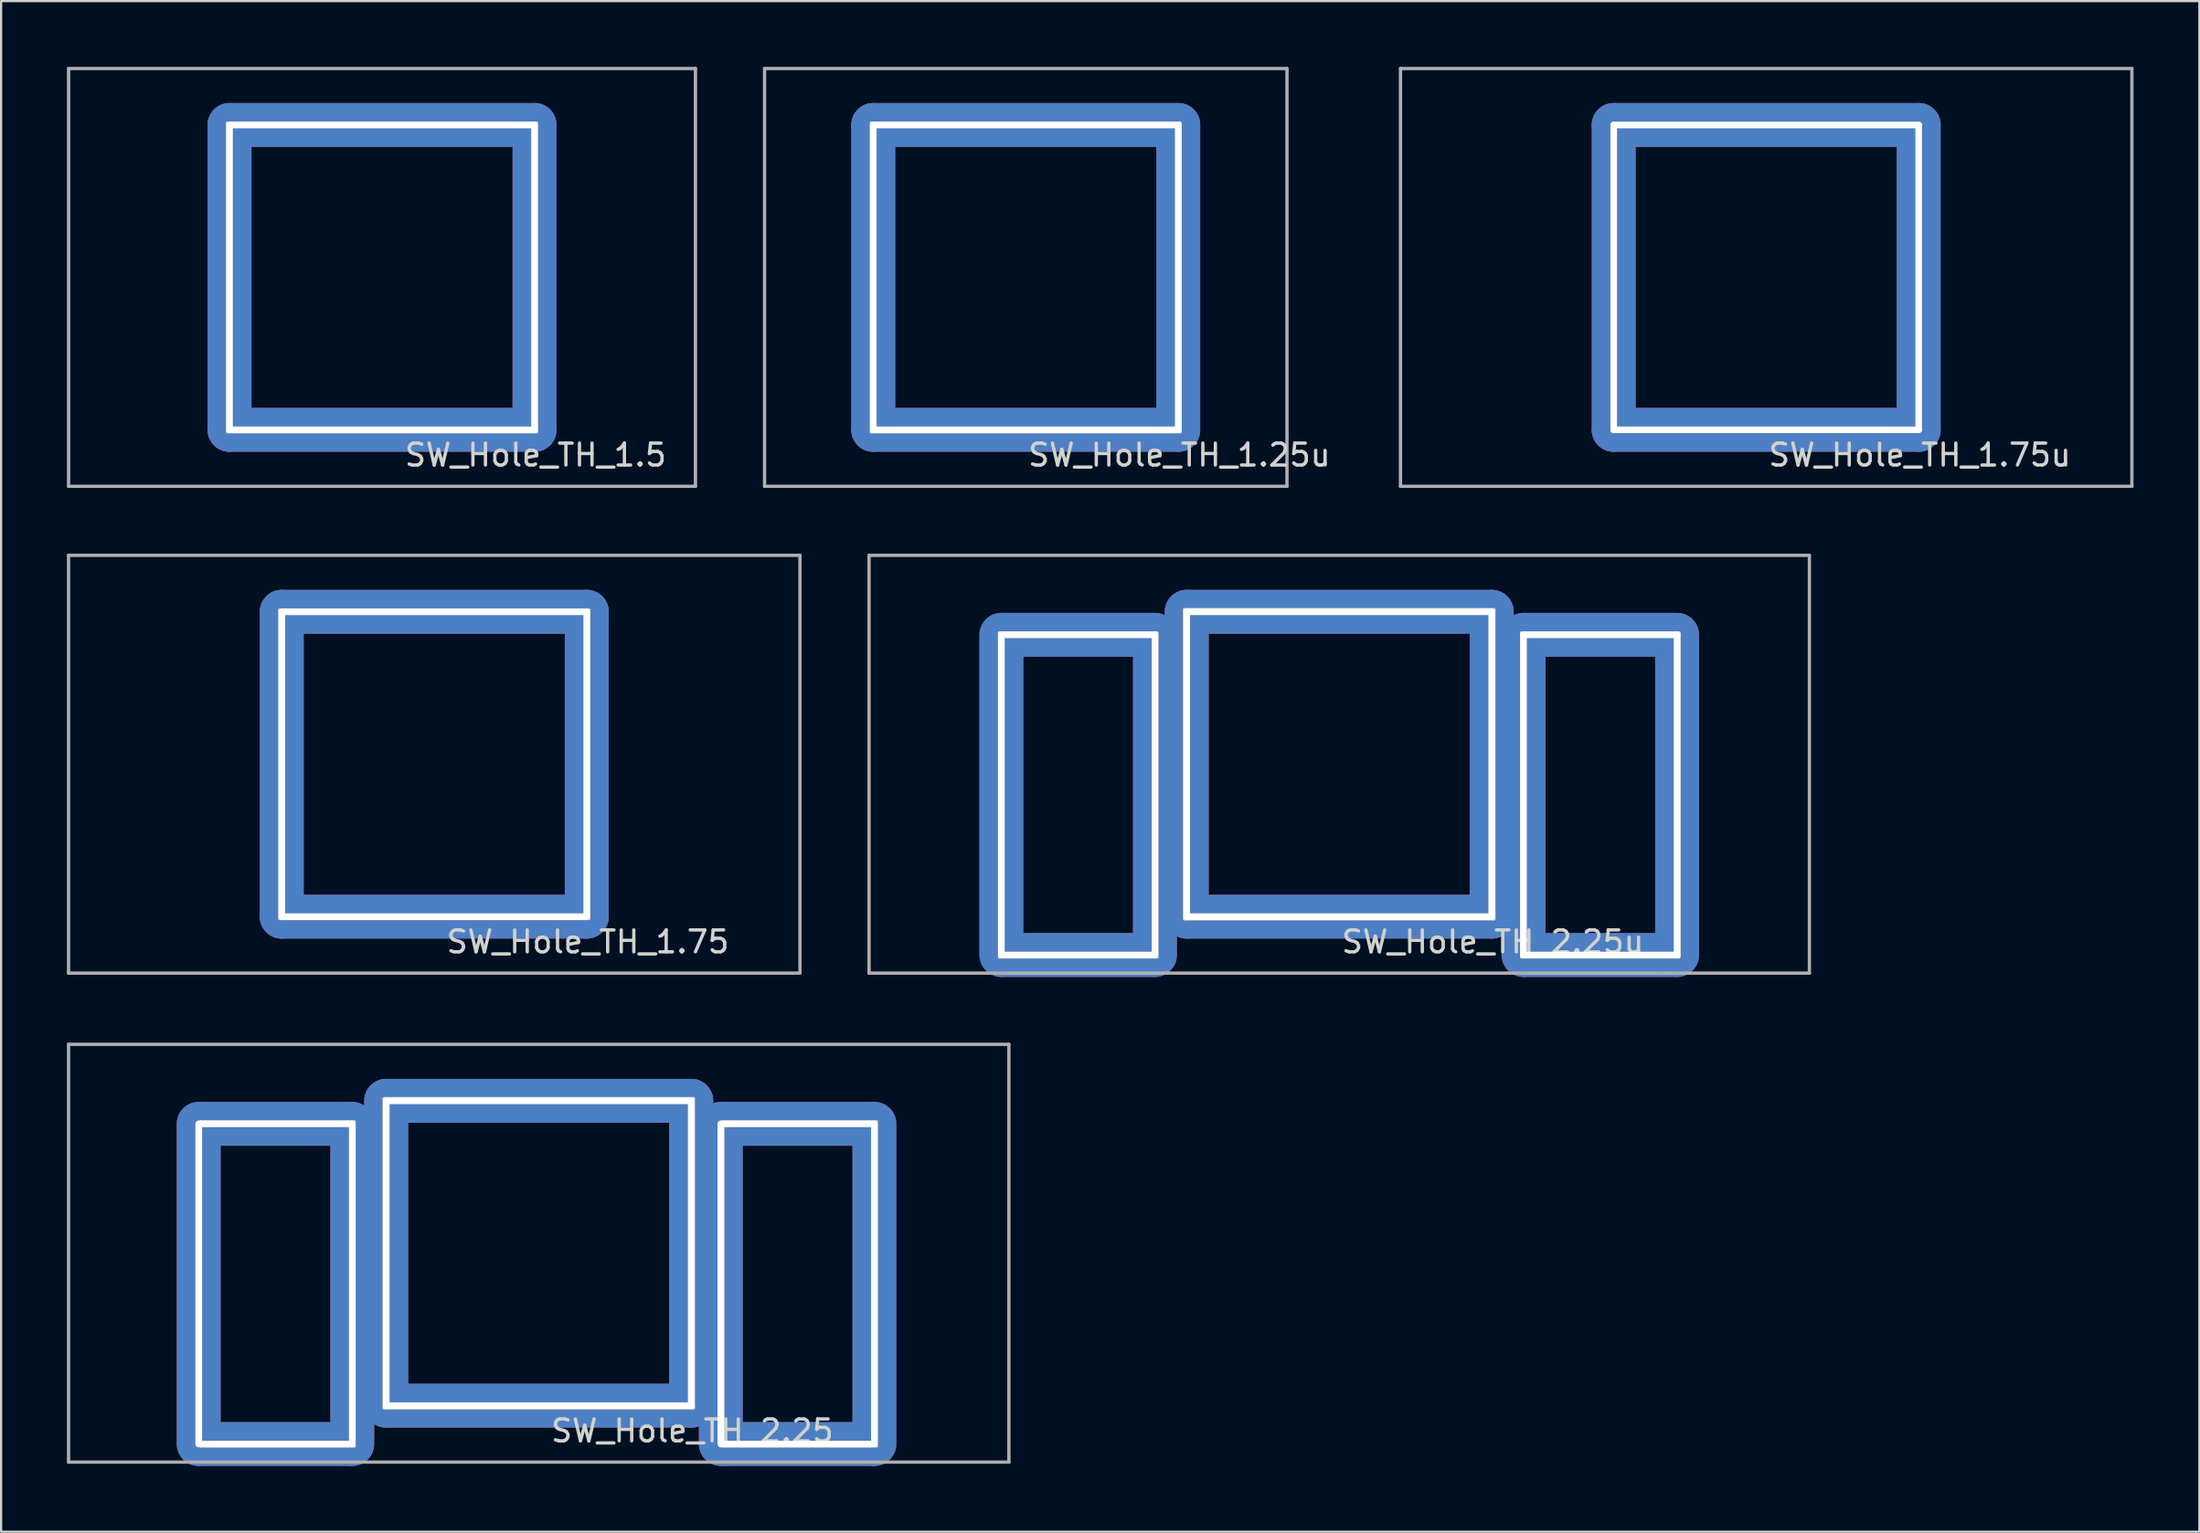
<source format=kicad_pcb>
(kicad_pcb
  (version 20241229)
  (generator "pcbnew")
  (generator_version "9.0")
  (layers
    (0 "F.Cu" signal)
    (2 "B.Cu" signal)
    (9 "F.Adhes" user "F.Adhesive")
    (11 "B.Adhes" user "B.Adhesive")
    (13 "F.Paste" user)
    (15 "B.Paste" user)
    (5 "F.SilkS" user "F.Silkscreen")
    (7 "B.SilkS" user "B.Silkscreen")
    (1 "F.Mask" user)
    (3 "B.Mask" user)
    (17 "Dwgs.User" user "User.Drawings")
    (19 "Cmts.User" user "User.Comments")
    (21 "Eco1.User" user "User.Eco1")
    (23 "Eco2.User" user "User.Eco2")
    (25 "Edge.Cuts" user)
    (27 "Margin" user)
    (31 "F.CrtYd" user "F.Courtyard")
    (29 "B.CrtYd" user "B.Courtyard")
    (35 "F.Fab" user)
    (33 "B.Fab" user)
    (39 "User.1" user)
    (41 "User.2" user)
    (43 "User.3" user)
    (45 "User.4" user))
  (footprint "SW_Hole_TH_1.25u"
    (layer "F.Cu")
    (at 43.706 9.6)
    (property "Reference" "SW_Hole_TH_1.25u" (at 7 8.1 0) (layer "Edge.Cuts") (effects (font (size 1 1) (thickness 0.15))))
    (attr through_hole)
    (fp_line (start -7.05 -7.05) (end 7.05 -7.05) (stroke (width 0.12) (type solid)) (layer "Edge.Cuts"))
    (fp_line (start -7.05 7.05) (end -7.05 -7.05) (stroke (width 0.12) (type solid)) (layer "Edge.Cuts"))
    (fp_line (start 7.05 -7.05) (end 7.05 7.05) (stroke (width 0.12) (type solid)) (layer "Edge.Cuts"))
    (fp_line (start 7.05 7.05) (end -7.05 7.05) (stroke (width 0.12) (type solid)) (layer "Edge.Cuts"))
    (fp_line (start -11.906 -9.525) (end -11.906 9.525) (stroke (width 0.15) (type solid)) (layer "F.Fab"))
    (fp_line (start -11.906 9.525) (end 11.906 9.525) (stroke (width 0.15) (type solid)) (layer "F.Fab"))
    (fp_line (start 11.906 -9.525) (end -11.906 -9.525) (stroke (width 0.15) (type solid)) (layer "F.Fab"))
    (fp_line (start 11.906 9.525) (end 11.906 -9.525) (stroke (width 0.15) (type solid)) (layer "F.Fab"))
    (pad "1" thru_hole oval (at -6.95 0) (size 2 15.9) (drill oval 0.3 14.2) (layers "*.Cu" "*.Mask"))
    (pad "1" thru_hole oval (at 0 -6.95 90) (size 2 15.9) (drill oval 0.3 14.2) (layers "*.Cu" "*.Mask"))
    (pad "1" thru_hole oval (at 0 6.95 90) (size 2 15.9) (drill oval 0.3 14.2) (layers "*.Cu" "*.Mask"))
    (pad "1" thru_hole oval (at 6.95 0) (size 2 15.9) (drill oval 0.3 14.2) (layers "*.Cu" "*.Mask")))
  (footprint "SW_Hole_TH_2.25"
    (layer "F.Cu")
    (at 21.506 54.1)
    (property "Reference" "SW_Hole_TH_2.25" (at 7 8.1 0) (layer "Edge.Cuts") (effects (font (size 1 1) (thickness 0.15))))
    (attr through_hole)
    (fp_line (start -15.4 -6) (end -8.4 -6) (stroke (width 0.12) (type solid)) (layer "Edge.Cuts"))
    (fp_line (start -15.4 8.8) (end -15.4 -6) (stroke (width 0.12) (type solid)) (layer "Edge.Cuts"))
    (fp_line (start -8.4 -6) (end -8.4 8.8) (stroke (width 0.12) (type solid)) (layer "Edge.Cuts"))
    (fp_line (start -8.4 8.8) (end -15.4 8.8) (stroke (width 0.12) (type solid)) (layer "Edge.Cuts"))
    (fp_line (start -7.05 -7.05) (end 7.05 -7.05) (stroke (width 0.15) (type solid)) (layer "Edge.Cuts"))
    (fp_line (start -7.05 7.05) (end -7.05 -7.05) (stroke (width 0.15) (type solid)) (layer "Edge.Cuts"))
    (fp_line (start 7.05 -7.05) (end 7.05 7.05) (stroke (width 0.15) (type solid)) (layer "Edge.Cuts"))
    (fp_line (start 7.05 7.05) (end -7.05 7.05) (stroke (width 0.15) (type solid)) (layer "Edge.Cuts"))
    (fp_line (start 8.4 -6) (end 8.4 8.8) (stroke (width 0.12) (type solid)) (layer "Edge.Cuts"))
    (fp_line (start 8.4 8.8) (end 15.4 8.8) (stroke (width 0.12) (type solid)) (layer "Edge.Cuts"))
    (fp_line (start 15.4 -6) (end 8.4 -6) (stroke (width 0.12) (type solid)) (layer "Edge.Cuts"))
    (fp_line (start 15.4 8.8) (end 15.4 -6) (stroke (width 0.12) (type solid)) (layer "Edge.Cuts"))
    (fp_line (start -21.431 -9.525) (end -21.431 9.525) (stroke (width 0.15) (type solid)) (layer "F.Fab"))
    (fp_line (start -21.431 9.525) (end 21.431 9.525) (stroke (width 0.15) (type solid)) (layer "F.Fab"))
    (fp_line (start 21.431 -9.525) (end -21.431 -9.525) (stroke (width 0.15) (type solid)) (layer "F.Fab"))
    (fp_line (start 21.431 9.525) (end 21.431 -9.525) (stroke (width 0.15) (type solid)) (layer "F.Fab"))
    (pad "1" thru_hole oval (at -15.5 1.4) (size 2 16.6) (drill oval 0.3 14.9) (layers "*.Cu" "*.Mask"))
    (pad "1" thru_hole oval (at -12 -5.9 90) (size 2 8.8) (drill oval 0.3 7.2) (layers "*.Cu" "*.Mask"))
    (pad "1" thru_hole oval (at -12 8.7 90) (size 2 8.8) (drill oval 0.3 7.2) (layers "*.Cu" "*.Mask"))
    (pad "1" thru_hole oval (at -8.5 1.4) (size 2 16.6) (drill oval 0.3 14.9) (layers "*.Cu" "*.Mask"))
    (pad "1" thru_hole oval (at -6.95 0) (size 2 15.9) (drill oval 0.3 14.2) (layers "*.Cu" "*.Mask"))
    (pad "1" thru_hole oval (at 0 -6.95 90) (size 2 15.9) (drill oval 0.3 14.2) (layers "*.Cu" "*.Mask"))
    (pad "1" thru_hole oval (at 0 6.95 90) (size 2 15.9) (drill oval 0.3 14.2) (layers "*.Cu" "*.Mask"))
    (pad "1" thru_hole oval (at 6.95 0) (size 2 15.9) (drill oval 0.3 14.2) (layers "*.Cu" "*.Mask"))
    (pad "1" thru_hole oval (at 8.3 1.4) (size 2 16.6) (drill oval 0.3 14.9) (layers "*.Cu" "*.Mask"))
    (pad "1" thru_hole oval (at 11.8 -5.9 90) (size 2 8.8) (drill oval 0.3 7.2) (layers "*.Cu" "*.Mask"))
    (pad "1" thru_hole oval (at 11.8 8.7 90) (size 2 8.8) (drill oval 0.3 7.2) (layers "*.Cu" "*.Mask"))
    (pad "1" thru_hole oval (at 15.3 1.4) (size 2 16.6) (drill oval 0.3 14.9) (layers "*.Cu" "*.Mask")))
  (footprint "SW_Hole_TH_2.25u"
    (layer "F.Cu")
    (at 57.994 31.8)
    (property "Reference" "SW_Hole_TH_2.25u" (at 7 8.1 0) (layer "Edge.Cuts") (effects (font (size 1 1) (thickness 0.15))))
    (attr through_hole)
    (fp_line (start -15.5 -6) (end -8.3 -6) (stroke (width 0.12) (type solid)) (layer "Edge.Cuts"))
    (fp_line (start -15.5 8.8) (end -15.5 -6) (stroke (width 0.12) (type solid)) (layer "Edge.Cuts"))
    (fp_line (start -8.3 -6) (end -8.3 8.8) (stroke (width 0.12) (type solid)) (layer "Edge.Cuts"))
    (fp_line (start -8.3 8.8) (end -15.5 8.8) (stroke (width 0.12) (type solid)) (layer "Edge.Cuts"))
    (fp_line (start -7.05 -7.05) (end 7.05 -7.05) (stroke (width 0.15) (type solid)) (layer "Edge.Cuts"))
    (fp_line (start -7.05 7.05) (end -7.05 -7.05) (stroke (width 0.15) (type solid)) (layer "Edge.Cuts"))
    (fp_line (start 7.05 -7.05) (end 7.05 7.05) (stroke (width 0.15) (type solid)) (layer "Edge.Cuts"))
    (fp_line (start 7.05 7.05) (end -7.05 7.05) (stroke (width 0.15) (type solid)) (layer "Edge.Cuts"))
    (fp_line (start 8.3 -6) (end 8.3 8.8) (stroke (width 0.12) (type solid)) (layer "Edge.Cuts"))
    (fp_line (start 8.3 8.8) (end 15.5 8.8) (stroke (width 0.12) (type solid)) (layer "Edge.Cuts"))
    (fp_line (start 15.5 -6) (end 8.3 -6) (stroke (width 0.12) (type solid)) (layer "Edge.Cuts"))
    (fp_line (start 15.5 8.8) (end 15.5 -6) (stroke (width 0.12) (type solid)) (layer "Edge.Cuts"))
    (fp_line (start -21.431 -9.525) (end -21.431 9.525) (stroke (width 0.15) (type solid)) (layer "F.Fab"))
    (fp_line (start -21.431 9.525) (end 21.431 9.525) (stroke (width 0.15) (type solid)) (layer "F.Fab"))
    (fp_line (start 21.431 -9.525) (end -21.431 -9.525) (stroke (width 0.15) (type solid)) (layer "F.Fab"))
    (fp_line (start 21.431 9.525) (end 21.431 -9.525) (stroke (width 0.15) (type solid)) (layer "F.Fab"))
    (pad "1" thru_hole oval (at -15.4 1.4) (size 2 16.6) (drill oval 0.3 14.9) (layers "*.Cu" "*.Mask"))
    (pad "1" thru_hole oval (at -11.9 -5.9 90) (size 2 8.9) (drill oval 0.3 7.3) (layers "*.Cu" "*.Mask"))
    (pad "1" thru_hole oval (at -11.9 8.7 90) (size 2 8.9) (drill oval 0.3 7.3) (layers "*.Cu" "*.Mask"))
    (pad "1" thru_hole oval (at -8.4 1.4) (size 2 16.6) (drill oval 0.3 14.9) (layers "*.Cu" "*.Mask"))
    (pad "1" thru_hole oval (at -6.95 0) (size 2 15.9) (drill oval 0.3 14.2) (layers "*.Cu" "*.Mask"))
    (pad "1" thru_hole oval (at 0 -6.95 90) (size 2 15.9) (drill oval 0.3 14.2) (layers "*.Cu" "*.Mask"))
    (pad "1" thru_hole oval (at 0 6.95 90) (size 2 15.9) (drill oval 0.3 14.2) (layers "*.Cu" "*.Mask"))
    (pad "1" thru_hole oval (at 6.95 0) (size 2 15.9) (drill oval 0.3 14.2) (layers "*.Cu" "*.Mask"))
    (pad "1" thru_hole oval (at 8.4 1.4) (size 2 16.6) (drill oval 0.3 14.9) (layers "*.Cu" "*.Mask"))
    (pad "1" thru_hole oval (at 11.9 -5.9 90) (size 2 8.9) (drill oval 0.3 7.3) (layers "*.Cu" "*.Mask"))
    (pad "1" thru_hole oval (at 11.9 8.7 90) (size 2 8.9) (drill oval 0.3 7.3) (layers "*.Cu" "*.Mask"))
    (pad "1" thru_hole oval (at 15.4 1.4) (size 2 16.6) (drill oval 0.3 14.9) (layers "*.Cu" "*.Mask")))
  (footprint "SW_Hole_TH_1.75u"
    (layer "F.Cu")
    (at 77.456 9.6)
    (property "Reference" "SW_Hole_TH_1.75u" (at 7 8.1 0) (layer "Edge.Cuts") (effects (font (size 1 1) (thickness 0.15))))
    (attr through_hole)
    (fp_line (start -16.669 -9.525) (end -16.669 9.525) (stroke (width 0.15) (type solid)) (layer "F.Fab"))
    (fp_line (start -16.669 9.525) (end 16.669 9.525) (stroke (width 0.15) (type solid)) (layer "F.Fab"))
    (fp_line (start 16.669 -9.525) (end -16.669 -9.525) (stroke (width 0.15) (type solid)) (layer "F.Fab"))
    (fp_line (start 16.669 9.525) (end 16.669 -9.525) (stroke (width 0.15) (type solid)) (layer "F.Fab"))
    (pad "1" thru_hole oval (at -6.95 0) (size 2 15.9) (drill oval 0.3 14.2) (layers "*.Cu" "*.Mask"))
    (pad "1" thru_hole oval (at 0 -6.95 90) (size 2 15.9) (drill oval 0.3 14.2) (layers "*.Cu" "*.Mask"))
    (pad "1" thru_hole oval (at 0 6.95 90) (size 2 15.9) (drill oval 0.3 14.2) (layers "*.Cu" "*.Mask"))
    (pad "1" thru_hole oval (at 6.95 0) (size 2 15.9) (drill oval 0.3 14.2) (layers "*.Cu" "*.Mask")))
  (footprint "SW_Hole_TH_1.75"
    (layer "F.Cu")
    (at 16.744 31.8)
    (property "Reference" "SW_Hole_TH_1.75" (at 7 8.1 0) (layer "Edge.Cuts") (effects (font (size 1 1) (thickness 0.15))))
    (attr through_hole)
    (fp_line (start -7.05 -7.05) (end 7.05 -7.05) (stroke (width 0.12) (type solid)) (layer "Edge.Cuts"))
    (fp_line (start -7.05 7.05) (end -7.05 -7.05) (stroke (width 0.12) (type solid)) (layer "Edge.Cuts"))
    (fp_line (start 7.05 -7.05) (end 7.05 7.05) (stroke (width 0.12) (type solid)) (layer "Edge.Cuts"))
    (fp_line (start 7.05 7.05) (end -7.05 7.05) (stroke (width 0.12) (type solid)) (layer "Edge.Cuts"))
    (fp_line (start -16.669 -9.525) (end -16.669 9.525) (stroke (width 0.15) (type solid)) (layer "F.Fab"))
    (fp_line (start -16.669 9.525) (end 16.669 9.525) (stroke (width 0.15) (type solid)) (layer "F.Fab"))
    (fp_line (start 16.669 -9.525) (end -16.669 -9.525) (stroke (width 0.15) (type solid)) (layer "F.Fab"))
    (fp_line (start 16.669 9.525) (end 16.669 -9.525) (stroke (width 0.15) (type solid)) (layer "F.Fab"))
    (pad "1" thru_hole oval (at -6.95 0) (size 2 15.9) (drill oval 0.3 14.2) (layers "*.Cu" "*.Mask"))
    (pad "1" thru_hole oval (at 0 -6.95 90) (size 2 15.9) (drill oval 0.3 14.2) (layers "*.Cu" "*.Mask"))
    (pad "1" thru_hole oval (at 0 6.95 90) (size 2 15.9) (drill oval 0.3 14.2) (layers "*.Cu" "*.Mask"))
    (pad "1" thru_hole oval (at 6.95 0) (size 2 15.9) (drill oval 0.3 14.2) (layers "*.Cu" "*.Mask")))
  (footprint "SW_Hole_TH_1.5"
    (layer "F.Cu")
    (at 14.363 9.6)
    (property "Reference" "SW_Hole_TH_1.5" (at 7 8.1 0) (layer "Edge.Cuts") (effects (font (size 1 1) (thickness 0.15))))
    (attr through_hole)
    (fp_line (start -7.05 -7.05) (end 7.05 -7.05) (stroke (width 0.12) (type solid)) (layer "Edge.Cuts"))
    (fp_line (start -7.05 7.05) (end -7.05 -7.05) (stroke (width 0.12) (type solid)) (layer "Edge.Cuts"))
    (fp_line (start 7.05 -7.05) (end 7.05 7.05) (stroke (width 0.12) (type solid)) (layer "Edge.Cuts"))
    (fp_line (start 7.05 7.05) (end -7.05 7.05) (stroke (width 0.12) (type solid)) (layer "Edge.Cuts"))
    (fp_line (start -14.287 -9.525) (end -14.287 9.525) (stroke (width 0.15) (type solid)) (layer "F.Fab"))
    (fp_line (start -14.287 9.525) (end 14.287 9.525) (stroke (width 0.15) (type solid)) (layer "F.Fab"))
    (fp_line (start 14.287 -9.525) (end -14.287 -9.525) (stroke (width 0.15) (type solid)) (layer "F.Fab"))
    (fp_line (start 14.287 9.525) (end 14.287 -9.525) (stroke (width 0.15) (type solid)) (layer "F.Fab"))
    (pad "1" thru_hole oval (at -6.95 0) (size 2 15.9) (drill oval 0.3 14.2) (layers "*.Cu" "*.Mask"))
    (pad "1" thru_hole oval (at 0 -6.95 90) (size 2 15.9) (drill oval 0.3 14.2) (layers "*.Cu" "*.Mask"))
    (pad "1" thru_hole oval (at 0 6.95 90) (size 2 15.9) (drill oval 0.3 14.2) (layers "*.Cu" "*.Mask"))
    (pad "1" thru_hole oval (at 6.95 0) (size 2 15.9) (drill oval 0.3 14.2) (layers "*.Cu" "*.Mask")))
  (gr_rect
    (start -3 -3)
    (end 97.2 66.8)
    (stroke (width 0.1) (type default))
    (fill no)
    (layer "Edge.Cuts")))
</source>
